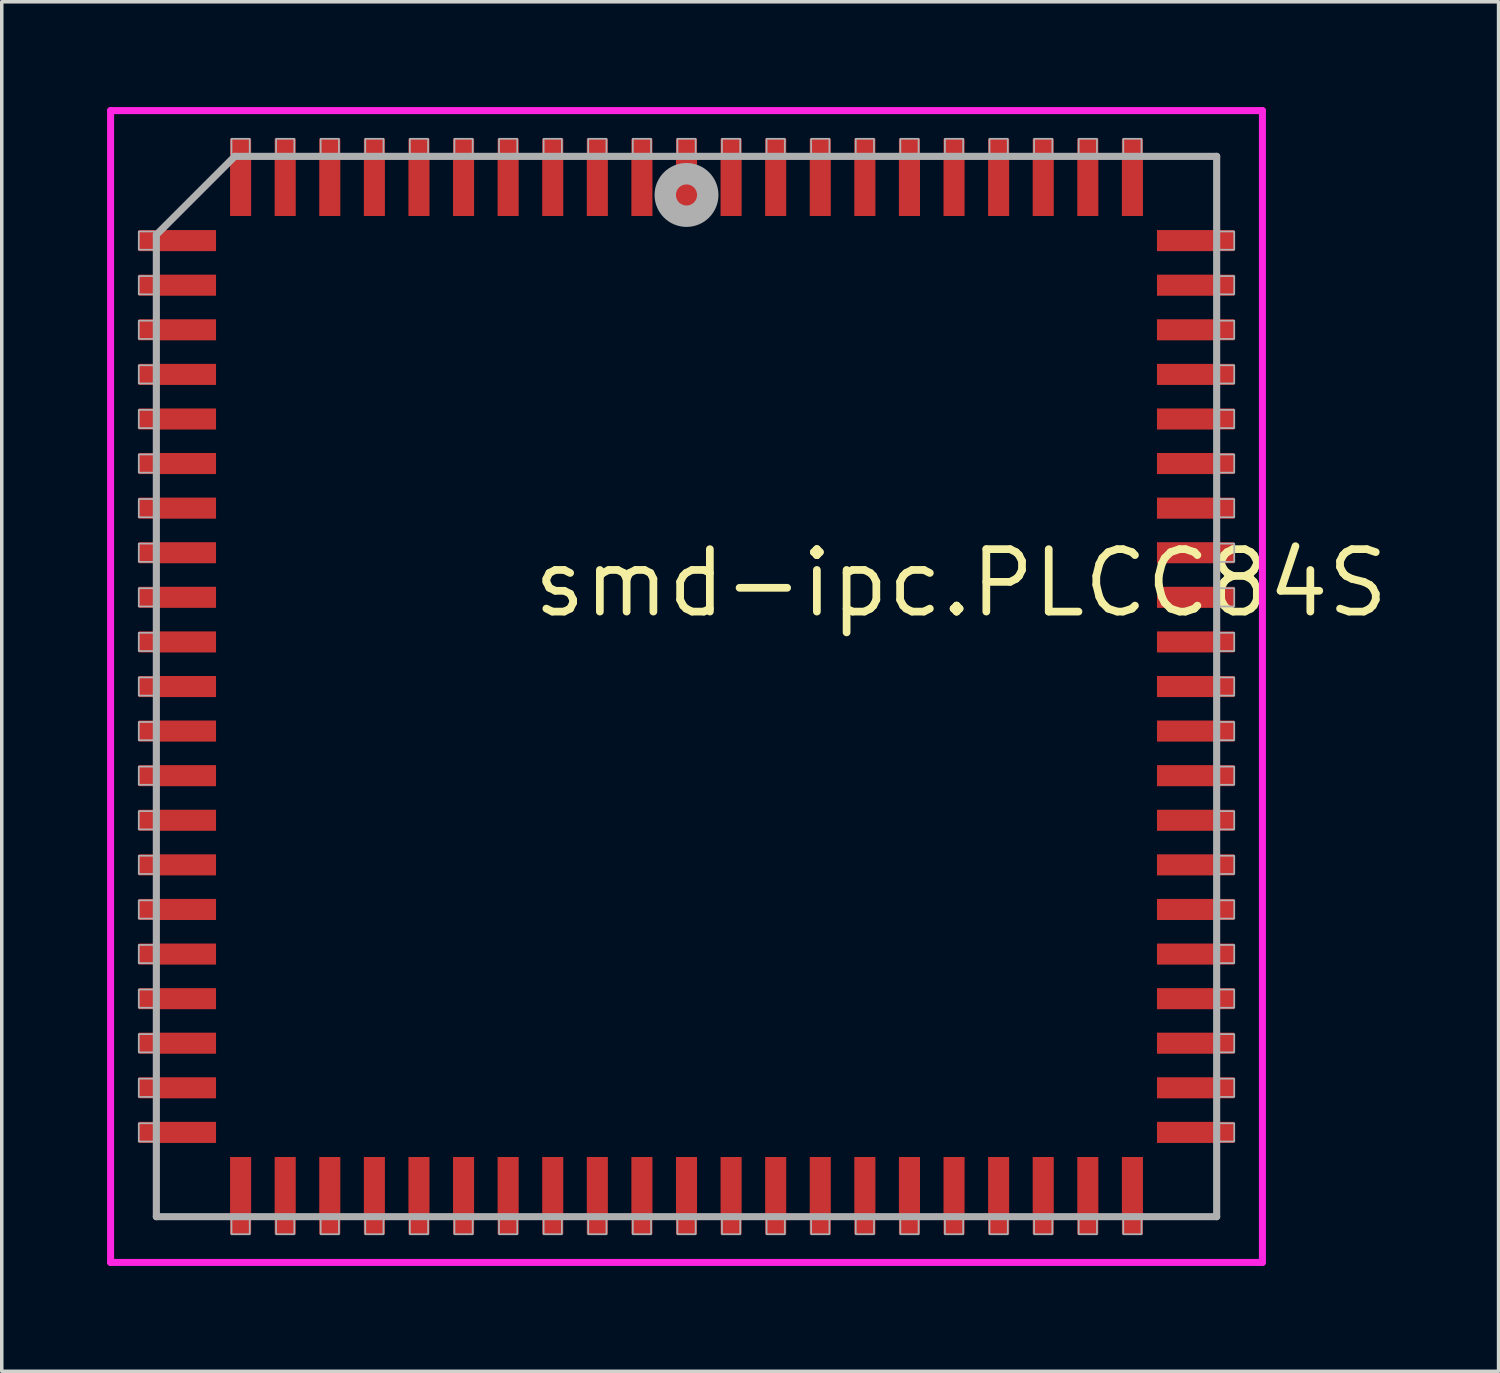
<source format=kicad_pcb>
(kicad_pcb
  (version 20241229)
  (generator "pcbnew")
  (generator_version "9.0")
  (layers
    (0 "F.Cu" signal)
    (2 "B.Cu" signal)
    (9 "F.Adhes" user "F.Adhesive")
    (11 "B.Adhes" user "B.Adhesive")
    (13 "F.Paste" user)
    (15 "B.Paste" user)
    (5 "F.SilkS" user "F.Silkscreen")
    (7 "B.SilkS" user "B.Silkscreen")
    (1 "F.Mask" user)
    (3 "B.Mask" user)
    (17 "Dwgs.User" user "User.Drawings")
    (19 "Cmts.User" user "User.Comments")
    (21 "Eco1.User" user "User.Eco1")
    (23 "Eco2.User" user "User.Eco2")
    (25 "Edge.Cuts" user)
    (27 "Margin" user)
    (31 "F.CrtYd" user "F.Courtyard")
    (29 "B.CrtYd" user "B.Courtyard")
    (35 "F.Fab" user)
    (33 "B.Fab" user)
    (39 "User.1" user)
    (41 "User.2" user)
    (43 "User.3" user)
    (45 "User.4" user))
  (footprint "smd-ipc.PLCC84S"
    (layer "F.Cu")
    (at 16.503 16.503)
    (property "Reference" "smd-ipc.PLCC84S" (at -4.475 -1.905 0) (layer "F.SilkS") (effects (font (size 1.778 1.778) (thickness 0.22)) (justify left bottom)))
    (attr smd)
    (fp_line (start -16.403 -16.403) (end 16.403 -16.403) (stroke (width 0.2) (type default)) (layer "F.CrtYd"))
    (fp_line (start -16.403 16.403) (end -16.403 -16.403) (stroke (width 0.2) (type default)) (layer "F.CrtYd"))
    (fp_line (start 16.403 -16.403) (end 16.403 16.403) (stroke (width 0.2) (type default)) (layer "F.CrtYd"))
    (fp_line (start 16.403 16.403) (end -16.403 16.403) (stroke (width 0.2) (type default)) (layer "F.CrtYd"))
    (fp_line (start -15.1 -12.865) (end -15.1 15.1) (stroke (width 0.203) (type default)) (layer "F.Fab"))
    (fp_line (start -15.1 15.1) (end 15.1 15.1) (stroke (width 0.203) (type default)) (layer "F.Fab"))
    (fp_line (start -12.865 -15.1) (end -15.1 -12.865) (stroke (width 0.203) (type default)) (layer "F.Fab"))
    (fp_line (start 15.1 -15.1) (end -12.865 -15.1) (stroke (width 0.203) (type default)) (layer "F.Fab"))
    (fp_line (start 15.1 15.1) (end 15.1 -15.1) (stroke (width 0.203) (type default)) (layer "F.Fab"))
    (fp_rect (start -15.6 -12.44) (end -15.15 -12.96) (stroke (width 0.05) (type default)) (fill no) (layer "F.Fab"))
    (fp_rect (start -15.6 -11.17) (end -15.15 -11.69) (stroke (width 0.05) (type default)) (fill no) (layer "F.Fab"))
    (fp_rect (start -15.6 -9.9) (end -15.15 -10.42) (stroke (width 0.05) (type default)) (fill no) (layer "F.Fab"))
    (fp_rect (start -15.6 -8.63) (end -15.15 -9.15) (stroke (width 0.05) (type default)) (fill no) (layer "F.Fab"))
    (fp_rect (start -15.6 -7.36) (end -15.15 -7.88) (stroke (width 0.05) (type default)) (fill no) (layer "F.Fab"))
    (fp_rect (start -15.6 -6.09) (end -15.15 -6.61) (stroke (width 0.05) (type default)) (fill no) (layer "F.Fab"))
    (fp_rect (start -15.6 -4.82) (end -15.15 -5.34) (stroke (width 0.05) (type default)) (fill no) (layer "F.Fab"))
    (fp_rect (start -15.6 -3.55) (end -15.15 -4.07) (stroke (width 0.05) (type default)) (fill no) (layer "F.Fab"))
    (fp_rect (start -15.6 -2.28) (end -15.15 -2.8) (stroke (width 0.05) (type default)) (fill no) (layer "F.Fab"))
    (fp_rect (start -15.6 -1.01) (end -15.15 -1.53) (stroke (width 0.05) (type default)) (fill no) (layer "F.Fab"))
    (fp_rect (start -15.6 0.26) (end -15.15 -0.26) (stroke (width 0.05) (type default)) (fill no) (layer "F.Fab"))
    (fp_rect (start -15.6 1.53) (end -15.15 1.01) (stroke (width 0.05) (type default)) (fill no) (layer "F.Fab"))
    (fp_rect (start -15.6 2.8) (end -15.15 2.28) (stroke (width 0.05) (type default)) (fill no) (layer "F.Fab"))
    (fp_rect (start -15.6 4.07) (end -15.15 3.55) (stroke (width 0.05) (type default)) (fill no) (layer "F.Fab"))
    (fp_rect (start -15.6 5.34) (end -15.15 4.82) (stroke (width 0.05) (type default)) (fill no) (layer "F.Fab"))
    (fp_rect (start -15.6 6.61) (end -15.15 6.09) (stroke (width 0.05) (type default)) (fill no) (layer "F.Fab"))
    (fp_rect (start -15.6 7.88) (end -15.15 7.36) (stroke (width 0.05) (type default)) (fill no) (layer "F.Fab"))
    (fp_rect (start -15.6 9.15) (end -15.15 8.63) (stroke (width 0.05) (type default)) (fill no) (layer "F.Fab"))
    (fp_rect (start -15.6 10.42) (end -15.15 9.9) (stroke (width 0.05) (type default)) (fill no) (layer "F.Fab"))
    (fp_rect (start -15.6 11.69) (end -15.15 11.17) (stroke (width 0.05) (type default)) (fill no) (layer "F.Fab"))
    (fp_rect (start -15.6 12.96) (end -15.15 12.44) (stroke (width 0.05) (type default)) (fill no) (layer "F.Fab"))
    (fp_rect (start -12.96 -15.15) (end -12.44 -15.6) (stroke (width 0.05) (type default)) (fill no) (layer "F.Fab"))
    (fp_rect (start -12.96 15.6) (end -12.44 15.15) (stroke (width 0.05) (type default)) (fill no) (layer "F.Fab"))
    (fp_rect (start -11.69 -15.15) (end -11.17 -15.6) (stroke (width 0.05) (type default)) (fill no) (layer "F.Fab"))
    (fp_rect (start -11.69 15.6) (end -11.17 15.15) (stroke (width 0.05) (type default)) (fill no) (layer "F.Fab"))
    (fp_rect (start -10.42 -15.15) (end -9.9 -15.6) (stroke (width 0.05) (type default)) (fill no) (layer "F.Fab"))
    (fp_rect (start -10.42 15.6) (end -9.9 15.15) (stroke (width 0.05) (type default)) (fill no) (layer "F.Fab"))
    (fp_rect (start -9.15 -15.15) (end -8.63 -15.6) (stroke (width 0.05) (type default)) (fill no) (layer "F.Fab"))
    (fp_rect (start -9.15 15.6) (end -8.63 15.15) (stroke (width 0.05) (type default)) (fill no) (layer "F.Fab"))
    (fp_rect (start -7.88 -15.15) (end -7.36 -15.6) (stroke (width 0.05) (type default)) (fill no) (layer "F.Fab"))
    (fp_rect (start -7.88 15.6) (end -7.36 15.15) (stroke (width 0.05) (type default)) (fill no) (layer "F.Fab"))
    (fp_rect (start -6.61 -15.15) (end -6.09 -15.6) (stroke (width 0.05) (type default)) (fill no) (layer "F.Fab"))
    (fp_rect (start -6.61 15.6) (end -6.09 15.15) (stroke (width 0.05) (type default)) (fill no) (layer "F.Fab"))
    (fp_rect (start -5.34 -15.15) (end -4.82 -15.6) (stroke (width 0.05) (type default)) (fill no) (layer "F.Fab"))
    (fp_rect (start -5.34 15.6) (end -4.82 15.15) (stroke (width 0.05) (type default)) (fill no) (layer "F.Fab"))
    (fp_rect (start -4.07 -15.15) (end -3.55 -15.6) (stroke (width 0.05) (type default)) (fill no) (layer "F.Fab"))
    (fp_rect (start -4.07 15.6) (end -3.55 15.15) (stroke (width 0.05) (type default)) (fill no) (layer "F.Fab"))
    (fp_rect (start -2.8 -15.15) (end -2.28 -15.6) (stroke (width 0.05) (type default)) (fill no) (layer "F.Fab"))
    (fp_rect (start -2.8 15.6) (end -2.28 15.15) (stroke (width 0.05) (type default)) (fill no) (layer "F.Fab"))
    (fp_rect (start -1.53 -15.15) (end -1.01 -15.6) (stroke (width 0.05) (type default)) (fill no) (layer "F.Fab"))
    (fp_rect (start -1.53 15.6) (end -1.01 15.15) (stroke (width 0.05) (type default)) (fill no) (layer "F.Fab"))
    (fp_rect (start -0.26 -15.15) (end 0.26 -15.6) (stroke (width 0.05) (type default)) (fill no) (layer "F.Fab"))
    (fp_rect (start -0.26 15.6) (end 0.26 15.15) (stroke (width 0.05) (type default)) (fill no) (layer "F.Fab"))
    (fp_rect (start 1.01 -15.15) (end 1.53 -15.6) (stroke (width 0.05) (type default)) (fill no) (layer "F.Fab"))
    (fp_rect (start 1.01 15.6) (end 1.53 15.15) (stroke (width 0.05) (type default)) (fill no) (layer "F.Fab"))
    (fp_rect (start 2.28 -15.15) (end 2.8 -15.6) (stroke (width 0.05) (type default)) (fill no) (layer "F.Fab"))
    (fp_rect (start 2.28 15.6) (end 2.8 15.15) (stroke (width 0.05) (type default)) (fill no) (layer "F.Fab"))
    (fp_rect (start 3.55 -15.15) (end 4.07 -15.6) (stroke (width 0.05) (type default)) (fill no) (layer "F.Fab"))
    (fp_rect (start 3.55 15.6) (end 4.07 15.15) (stroke (width 0.05) (type default)) (fill no) (layer "F.Fab"))
    (fp_rect (start 4.82 -15.15) (end 5.34 -15.6) (stroke (width 0.05) (type default)) (fill no) (layer "F.Fab"))
    (fp_rect (start 4.82 15.6) (end 5.34 15.15) (stroke (width 0.05) (type default)) (fill no) (layer "F.Fab"))
    (fp_rect (start 6.09 -15.15) (end 6.61 -15.6) (stroke (width 0.05) (type default)) (fill no) (layer "F.Fab"))
    (fp_rect (start 6.09 15.6) (end 6.61 15.15) (stroke (width 0.05) (type default)) (fill no) (layer "F.Fab"))
    (fp_rect (start 7.36 -15.15) (end 7.88 -15.6) (stroke (width 0.05) (type default)) (fill no) (layer "F.Fab"))
    (fp_rect (start 7.36 15.6) (end 7.88 15.15) (stroke (width 0.05) (type default)) (fill no) (layer "F.Fab"))
    (fp_rect (start 8.63 -15.15) (end 9.15 -15.6) (stroke (width 0.05) (type default)) (fill no) (layer "F.Fab"))
    (fp_rect (start 8.63 15.6) (end 9.15 15.15) (stroke (width 0.05) (type default)) (fill no) (layer "F.Fab"))
    (fp_rect (start 9.9 -15.15) (end 10.42 -15.6) (stroke (width 0.05) (type default)) (fill no) (layer "F.Fab"))
    (fp_rect (start 9.9 15.6) (end 10.42 15.15) (stroke (width 0.05) (type default)) (fill no) (layer "F.Fab"))
    (fp_rect (start 11.17 -15.15) (end 11.69 -15.6) (stroke (width 0.05) (type default)) (fill no) (layer "F.Fab"))
    (fp_rect (start 11.17 15.6) (end 11.69 15.15) (stroke (width 0.05) (type default)) (fill no) (layer "F.Fab"))
    (fp_rect (start 12.44 -15.15) (end 12.96 -15.6) (stroke (width 0.05) (type default)) (fill no) (layer "F.Fab"))
    (fp_rect (start 12.44 15.6) (end 12.96 15.15) (stroke (width 0.05) (type default)) (fill no) (layer "F.Fab"))
    (fp_rect (start 15.15 -12.44) (end 15.6 -12.96) (stroke (width 0.05) (type default)) (fill no) (layer "F.Fab"))
    (fp_rect (start 15.15 -11.17) (end 15.6 -11.69) (stroke (width 0.05) (type default)) (fill no) (layer "F.Fab"))
    (fp_rect (start 15.15 -9.9) (end 15.6 -10.42) (stroke (width 0.05) (type default)) (fill no) (layer "F.Fab"))
    (fp_rect (start 15.15 -8.63) (end 15.6 -9.15) (stroke (width 0.05) (type default)) (fill no) (layer "F.Fab"))
    (fp_rect (start 15.15 -7.36) (end 15.6 -7.88) (stroke (width 0.05) (type default)) (fill no) (layer "F.Fab"))
    (fp_rect (start 15.15 -6.09) (end 15.6 -6.61) (stroke (width 0.05) (type default)) (fill no) (layer "F.Fab"))
    (fp_rect (start 15.15 -4.82) (end 15.6 -5.34) (stroke (width 0.05) (type default)) (fill no) (layer "F.Fab"))
    (fp_rect (start 15.15 -3.55) (end 15.6 -4.07) (stroke (width 0.05) (type default)) (fill no) (layer "F.Fab"))
    (fp_rect (start 15.15 -2.28) (end 15.6 -2.8) (stroke (width 0.05) (type default)) (fill no) (layer "F.Fab"))
    (fp_rect (start 15.15 -1.01) (end 15.6 -1.53) (stroke (width 0.05) (type default)) (fill no) (layer "F.Fab"))
    (fp_rect (start 15.15 0.26) (end 15.6 -0.26) (stroke (width 0.05) (type default)) (fill no) (layer "F.Fab"))
    (fp_rect (start 15.15 1.53) (end 15.6 1.01) (stroke (width 0.05) (type default)) (fill no) (layer "F.Fab"))
    (fp_rect (start 15.15 2.8) (end 15.6 2.28) (stroke (width 0.05) (type default)) (fill no) (layer "F.Fab"))
    (fp_rect (start 15.15 4.07) (end 15.6 3.55) (stroke (width 0.05) (type default)) (fill no) (layer "F.Fab"))
    (fp_rect (start 15.15 5.34) (end 15.6 4.82) (stroke (width 0.05) (type default)) (fill no) (layer "F.Fab"))
    (fp_rect (start 15.15 6.61) (end 15.6 6.09) (stroke (width 0.05) (type default)) (fill no) (layer "F.Fab"))
    (fp_rect (start 15.15 7.88) (end 15.6 7.36) (stroke (width 0.05) (type default)) (fill no) (layer "F.Fab"))
    (fp_rect (start 15.15 9.15) (end 15.6 8.63) (stroke (width 0.05) (type default)) (fill no) (layer "F.Fab"))
    (fp_rect (start 15.15 10.42) (end 15.6 9.9) (stroke (width 0.05) (type default)) (fill no) (layer "F.Fab"))
    (fp_rect (start 15.15 11.69) (end 15.6 11.17) (stroke (width 0.05) (type default)) (fill no) (layer "F.Fab"))
    (fp_rect (start 15.15 12.96) (end 15.6 12.44) (stroke (width 0.05) (type default)) (fill no) (layer "F.Fab"))
    (fp_circle (center 0 -14) (end 0.3 -14) (stroke (width 0.61) (type default)) (fill no) (layer "F.Fab"))
    (pad "1" smd roundrect (at 0 -14.5) (size 0.6 2.2) (layers "F.Cu" "F.Mask" "F.Paste") (roundrect_rratio 0.01))
    (pad "2" smd roundrect (at -1.27 -14.5) (size 0.6 2.2) (layers "F.Cu" "F.Mask" "F.Paste") (roundrect_rratio 0.01))
    (pad "3" smd roundrect (at -2.54 -14.5) (size 0.6 2.2) (layers "F.Cu" "F.Mask" "F.Paste") (roundrect_rratio 0.01))
    (pad "4" smd roundrect (at -3.81 -14.5) (size 0.6 2.2) (layers "F.Cu" "F.Mask" "F.Paste") (roundrect_rratio 0.01))
    (pad "5" smd roundrect (at -5.08 -14.5) (size 0.6 2.2) (layers "F.Cu" "F.Mask" "F.Paste") (roundrect_rratio 0.01))
    (pad "6" smd roundrect (at -6.35 -14.5) (size 0.6 2.2) (layers "F.Cu" "F.Mask" "F.Paste") (roundrect_rratio 0.01))
    (pad "7" smd roundrect (at -7.62 -14.5) (size 0.6 2.2) (layers "F.Cu" "F.Mask" "F.Paste") (roundrect_rratio 0.01))
    (pad "8" smd roundrect (at -8.89 -14.5) (size 0.6 2.2) (layers "F.Cu" "F.Mask" "F.Paste") (roundrect_rratio 0.01))
    (pad "9" smd roundrect (at -10.16 -14.5) (size 0.6 2.2) (layers "F.Cu" "F.Mask" "F.Paste") (roundrect_rratio 0.01))
    (pad "10" smd roundrect (at -11.43 -14.5) (size 0.6 2.2) (layers "F.Cu" "F.Mask" "F.Paste") (roundrect_rratio 0.01))
    (pad "11" smd roundrect (at -12.7 -14.5) (size 0.6 2.2) (layers "F.Cu" "F.Mask" "F.Paste") (roundrect_rratio 0.01))
    (pad "12" smd roundrect (at -14.5 -12.7) (size 2.2 0.6) (layers "F.Cu" "F.Mask" "F.Paste") (roundrect_rratio 0.01))
    (pad "13" smd roundrect (at -14.5 -11.43) (size 2.2 0.6) (layers "F.Cu" "F.Mask" "F.Paste") (roundrect_rratio 0.01))
    (pad "14" smd roundrect (at -14.5 -10.16) (size 2.2 0.6) (layers "F.Cu" "F.Mask" "F.Paste") (roundrect_rratio 0.01))
    (pad "15" smd roundrect (at -14.5 -8.89) (size 2.2 0.6) (layers "F.Cu" "F.Mask" "F.Paste") (roundrect_rratio 0.01))
    (pad "16" smd roundrect (at -14.5 -7.62) (size 2.2 0.6) (layers "F.Cu" "F.Mask" "F.Paste") (roundrect_rratio 0.01))
    (pad "17" smd roundrect (at -14.5 -6.35) (size 2.2 0.6) (layers "F.Cu" "F.Mask" "F.Paste") (roundrect_rratio 0.01))
    (pad "18" smd roundrect (at -14.5 -5.08) (size 2.2 0.6) (layers "F.Cu" "F.Mask" "F.Paste") (roundrect_rratio 0.01))
    (pad "19" smd roundrect (at -14.5 -3.81) (size 2.2 0.6) (layers "F.Cu" "F.Mask" "F.Paste") (roundrect_rratio 0.01))
    (pad "20" smd roundrect (at -14.5 -2.54) (size 2.2 0.6) (layers "F.Cu" "F.Mask" "F.Paste") (roundrect_rratio 0.01))
    (pad "21" smd roundrect (at -14.5 -1.27) (size 2.2 0.6) (layers "F.Cu" "F.Mask" "F.Paste") (roundrect_rratio 0.01))
    (pad "22" smd roundrect (at -14.5 0) (size 2.2 0.6) (layers "F.Cu" "F.Mask" "F.Paste") (roundrect_rratio 0.01))
    (pad "23" smd roundrect (at -14.5 1.27) (size 2.2 0.6) (layers "F.Cu" "F.Mask" "F.Paste") (roundrect_rratio 0.01))
    (pad "24" smd roundrect (at -14.5 2.54) (size 2.2 0.6) (layers "F.Cu" "F.Mask" "F.Paste") (roundrect_rratio 0.01))
    (pad "25" smd roundrect (at -14.5 3.81) (size 2.2 0.6) (layers "F.Cu" "F.Mask" "F.Paste") (roundrect_rratio 0.01))
    (pad "26" smd roundrect (at -14.5 5.08) (size 2.2 0.6) (layers "F.Cu" "F.Mask" "F.Paste") (roundrect_rratio 0.01))
    (pad "27" smd roundrect (at -14.5 6.35) (size 2.2 0.6) (layers "F.Cu" "F.Mask" "F.Paste") (roundrect_rratio 0.01))
    (pad "28" smd roundrect (at -14.5 7.62) (size 2.2 0.6) (layers "F.Cu" "F.Mask" "F.Paste") (roundrect_rratio 0.01))
    (pad "29" smd roundrect (at -14.5 8.89) (size 2.2 0.6) (layers "F.Cu" "F.Mask" "F.Paste") (roundrect_rratio 0.01))
    (pad "30" smd roundrect (at -14.5 10.16) (size 2.2 0.6) (layers "F.Cu" "F.Mask" "F.Paste") (roundrect_rratio 0.01))
    (pad "31" smd roundrect (at -14.5 11.43) (size 2.2 0.6) (layers "F.Cu" "F.Mask" "F.Paste") (roundrect_rratio 0.01))
    (pad "32" smd roundrect (at -14.5 12.7) (size 2.2 0.6) (layers "F.Cu" "F.Mask" "F.Paste") (roundrect_rratio 0.01))
    (pad "33" smd roundrect (at -12.7 14.5) (size 0.6 2.2) (layers "F.Cu" "F.Mask" "F.Paste") (roundrect_rratio 0.01))
    (pad "34" smd roundrect (at -11.43 14.5) (size 0.6 2.2) (layers "F.Cu" "F.Mask" "F.Paste") (roundrect_rratio 0.01))
    (pad "35" smd roundrect (at -10.16 14.5) (size 0.6 2.2) (layers "F.Cu" "F.Mask" "F.Paste") (roundrect_rratio 0.01))
    (pad "36" smd roundrect (at -8.89 14.5) (size 0.6 2.2) (layers "F.Cu" "F.Mask" "F.Paste") (roundrect_rratio 0.01))
    (pad "37" smd roundrect (at -7.62 14.5) (size 0.6 2.2) (layers "F.Cu" "F.Mask" "F.Paste") (roundrect_rratio 0.01))
    (pad "38" smd roundrect (at -6.35 14.5) (size 0.6 2.2) (layers "F.Cu" "F.Mask" "F.Paste") (roundrect_rratio 0.01))
    (pad "39" smd roundrect (at -5.08 14.5) (size 0.6 2.2) (layers "F.Cu" "F.Mask" "F.Paste") (roundrect_rratio 0.01))
    (pad "40" smd roundrect (at -3.81 14.5) (size 0.6 2.2) (layers "F.Cu" "F.Mask" "F.Paste") (roundrect_rratio 0.01))
    (pad "41" smd roundrect (at -2.54 14.5) (size 0.6 2.2) (layers "F.Cu" "F.Mask" "F.Paste") (roundrect_rratio 0.01))
    (pad "42" smd roundrect (at -1.27 14.5) (size 0.6 2.2) (layers "F.Cu" "F.Mask" "F.Paste") (roundrect_rratio 0.01))
    (pad "43" smd roundrect (at 0 14.5) (size 0.6 2.2) (layers "F.Cu" "F.Mask" "F.Paste") (roundrect_rratio 0.01))
    (pad "44" smd roundrect (at 1.27 14.5) (size 0.6 2.2) (layers "F.Cu" "F.Mask" "F.Paste") (roundrect_rratio 0.01))
    (pad "45" smd roundrect (at 2.54 14.5) (size 0.6 2.2) (layers "F.Cu" "F.Mask" "F.Paste") (roundrect_rratio 0.01))
    (pad "46" smd roundrect (at 3.81 14.5) (size 0.6 2.2) (layers "F.Cu" "F.Mask" "F.Paste") (roundrect_rratio 0.01))
    (pad "47" smd roundrect (at 5.08 14.5) (size 0.6 2.2) (layers "F.Cu" "F.Mask" "F.Paste") (roundrect_rratio 0.01))
    (pad "48" smd roundrect (at 6.35 14.5) (size 0.6 2.2) (layers "F.Cu" "F.Mask" "F.Paste") (roundrect_rratio 0.01))
    (pad "49" smd roundrect (at 7.62 14.5) (size 0.6 2.2) (layers "F.Cu" "F.Mask" "F.Paste") (roundrect_rratio 0.01))
    (pad "50" smd roundrect (at 8.89 14.5) (size 0.6 2.2) (layers "F.Cu" "F.Mask" "F.Paste") (roundrect_rratio 0.01))
    (pad "51" smd roundrect (at 10.16 14.5) (size 0.6 2.2) (layers "F.Cu" "F.Mask" "F.Paste") (roundrect_rratio 0.01))
    (pad "52" smd roundrect (at 11.43 14.5) (size 0.6 2.2) (layers "F.Cu" "F.Mask" "F.Paste") (roundrect_rratio 0.01))
    (pad "53" smd roundrect (at 12.7 14.5) (size 0.6 2.2) (layers "F.Cu" "F.Mask" "F.Paste") (roundrect_rratio 0.01))
    (pad "54" smd roundrect (at 14.5 12.7) (size 2.2 0.6) (layers "F.Cu" "F.Mask" "F.Paste") (roundrect_rratio 0.01))
    (pad "55" smd roundrect (at 14.5 11.43) (size 2.2 0.6) (layers "F.Cu" "F.Mask" "F.Paste") (roundrect_rratio 0.01))
    (pad "56" smd roundrect (at 14.5 10.16) (size 2.2 0.6) (layers "F.Cu" "F.Mask" "F.Paste") (roundrect_rratio 0.01))
    (pad "57" smd roundrect (at 14.5 8.89) (size 2.2 0.6) (layers "F.Cu" "F.Mask" "F.Paste") (roundrect_rratio 0.01))
    (pad "58" smd roundrect (at 14.5 7.62) (size 2.2 0.6) (layers "F.Cu" "F.Mask" "F.Paste") (roundrect_rratio 0.01))
    (pad "59" smd roundrect (at 14.5 6.35) (size 2.2 0.6) (layers "F.Cu" "F.Mask" "F.Paste") (roundrect_rratio 0.01))
    (pad "60" smd roundrect (at 14.5 5.08) (size 2.2 0.6) (layers "F.Cu" "F.Mask" "F.Paste") (roundrect_rratio 0.01))
    (pad "61" smd roundrect (at 14.5 3.81) (size 2.2 0.6) (layers "F.Cu" "F.Mask" "F.Paste") (roundrect_rratio 0.01))
    (pad "62" smd roundrect (at 14.5 2.54) (size 2.2 0.6) (layers "F.Cu" "F.Mask" "F.Paste") (roundrect_rratio 0.01))
    (pad "63" smd roundrect (at 14.5 1.27) (size 2.2 0.6) (layers "F.Cu" "F.Mask" "F.Paste") (roundrect_rratio 0.01))
    (pad "64" smd roundrect (at 14.5 0) (size 2.2 0.6) (layers "F.Cu" "F.Mask" "F.Paste") (roundrect_rratio 0.01))
    (pad "65" smd roundrect (at 14.5 -1.27) (size 2.2 0.6) (layers "F.Cu" "F.Mask" "F.Paste") (roundrect_rratio 0.01))
    (pad "66" smd roundrect (at 14.5 -2.54) (size 2.2 0.6) (layers "F.Cu" "F.Mask" "F.Paste") (roundrect_rratio 0.01))
    (pad "67" smd roundrect (at 14.5 -3.81) (size 2.2 0.6) (layers "F.Cu" "F.Mask" "F.Paste") (roundrect_rratio 0.01))
    (pad "68" smd roundrect (at 14.5 -5.08) (size 2.2 0.6) (layers "F.Cu" "F.Mask" "F.Paste") (roundrect_rratio 0.01))
    (pad "69" smd roundrect (at 14.5 -6.35) (size 2.2 0.6) (layers "F.Cu" "F.Mask" "F.Paste") (roundrect_rratio 0.01))
    (pad "70" smd roundrect (at 14.5 -7.62) (size 2.2 0.6) (layers "F.Cu" "F.Mask" "F.Paste") (roundrect_rratio 0.01))
    (pad "71" smd roundrect (at 14.5 -8.89) (size 2.2 0.6) (layers "F.Cu" "F.Mask" "F.Paste") (roundrect_rratio 0.01))
    (pad "72" smd roundrect (at 14.5 -10.16) (size 2.2 0.6) (layers "F.Cu" "F.Mask" "F.Paste") (roundrect_rratio 0.01))
    (pad "73" smd roundrect (at 14.5 -11.43) (size 2.2 0.6) (layers "F.Cu" "F.Mask" "F.Paste") (roundrect_rratio 0.01))
    (pad "74" smd roundrect (at 14.5 -12.7) (size 2.2 0.6) (layers "F.Cu" "F.Mask" "F.Paste") (roundrect_rratio 0.01))
    (pad "75" smd roundrect (at 12.7 -14.5) (size 0.6 2.2) (layers "F.Cu" "F.Mask" "F.Paste") (roundrect_rratio 0.01))
    (pad "76" smd roundrect (at 11.43 -14.5) (size 0.6 2.2) (layers "F.Cu" "F.Mask" "F.Paste") (roundrect_rratio 0.01))
    (pad "77" smd roundrect (at 10.16 -14.5) (size 0.6 2.2) (layers "F.Cu" "F.Mask" "F.Paste") (roundrect_rratio 0.01))
    (pad "78" smd roundrect (at 8.89 -14.5) (size 0.6 2.2) (layers "F.Cu" "F.Mask" "F.Paste") (roundrect_rratio 0.01))
    (pad "79" smd roundrect (at 7.62 -14.5) (size 0.6 2.2) (layers "F.Cu" "F.Mask" "F.Paste") (roundrect_rratio 0.01))
    (pad "80" smd roundrect (at 6.35 -14.5) (size 0.6 2.2) (layers "F.Cu" "F.Mask" "F.Paste") (roundrect_rratio 0.01))
    (pad "81" smd roundrect (at 5.08 -14.5) (size 0.6 2.2) (layers "F.Cu" "F.Mask" "F.Paste") (roundrect_rratio 0.01))
    (pad "82" smd roundrect (at 3.81 -14.5) (size 0.6 2.2) (layers "F.Cu" "F.Mask" "F.Paste") (roundrect_rratio 0.01))
    (pad "83" smd roundrect (at 2.54 -14.5) (size 0.6 2.2) (layers "F.Cu" "F.Mask" "F.Paste") (roundrect_rratio 0.01))
    (pad "84" smd roundrect (at 1.27 -14.5) (size 0.6 2.2) (layers "F.Cu" "F.Mask" "F.Paste") (roundrect_rratio 0.01)))
  (gr_rect
    (start -3 -3)
    (end 39.632 36.006)
    (stroke (width 0.1) (type default))
    (fill no)
    (layer "Edge.Cuts")))
</source>
